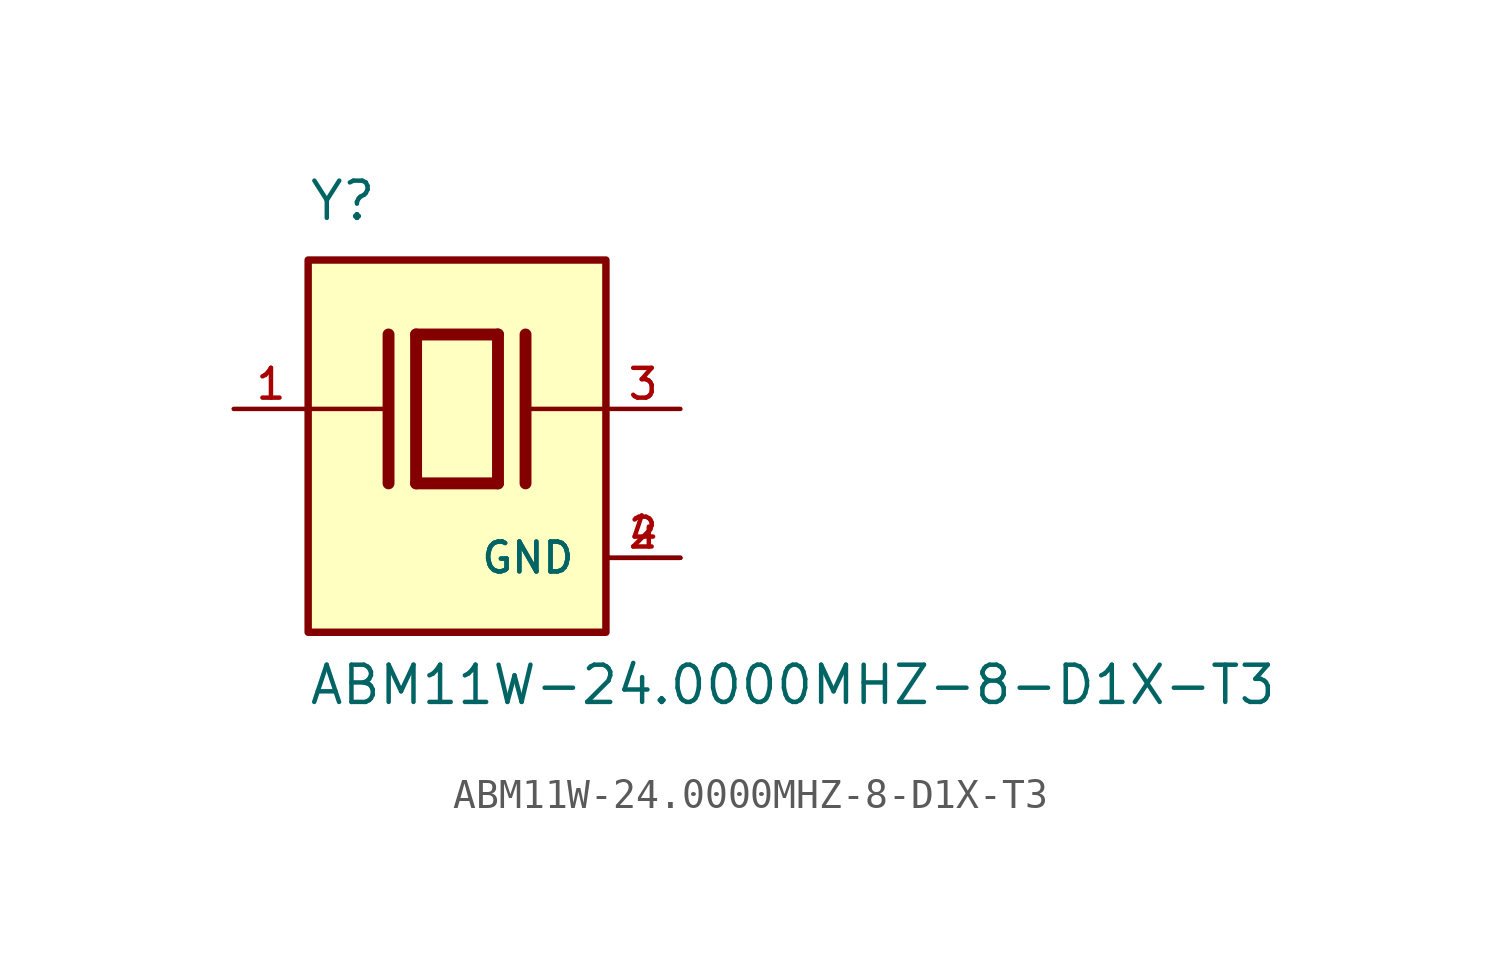
<source format=kicad_sym>
(kicad_symbol_lib
  (version 20211014)
  (generator kicad_symbol_editor)
  (symbol "ABM11W-24.0000MHZ-8-D1X-T3"
    (pin_names
      (offset 1.016))
    (property "Reference" "Y"
      (at -5.088 6.356 0)
      (effects (font (size 1.27 1.27)) (justify bottom left)))
    (property "Value" "ABM11W-24.0000MHZ-8-D1X-T3"
      (at -5.094 -10.16 0)
      (effects (font (size 1.27 1.27)) (justify bottom left)))
    (symbol "ABM11W-24.0000MHZ-8-D1X-T3_0_0"
      (polyline (pts (xy -1.397 2.54) (xy 1.397 2.54)) (stroke (width 0.406)))
      (polyline (pts (xy 1.397 2.54) (xy 1.397 -2.54)) (stroke (width 0.406)))
      (polyline (pts (xy 1.397 -2.54) (xy -1.397 -2.54)) (stroke (width 0.406)))
      (polyline (pts (xy -1.397 2.54) (xy -1.397 -2.54)) (stroke (width 0.406)))
      (polyline (pts (xy 2.337 2.54) (xy 2.337 -2.54)) (stroke (width 0.406)))
      (polyline (pts (xy -2.337 2.54) (xy -2.337 -2.54)) (stroke (width 0.406)))
      (polyline (pts (xy -5.08 0.0) (xy -2.54 0.0)) (stroke (width 0.152)))
      (polyline (pts (xy 2.54 0.0) (xy 5.08 0.0)) (stroke (width 0.152)))
      (rectangle (start -5.08 -7.62) (end 5.08 5.08) (stroke (width 0.254)) (fill (type background)))
      (pin passive line (at 7.62 0.0 180.0) (length 2.54) (name "~" (effects (font (size 1.016 1.016)))) (number "3" (effects (font (size 1.016 1.016)))))
      (pin passive line (at -7.62 0.0 0) (length 2.54) (name "~" (effects (font (size 1.016 1.016)))) (number "1" (effects (font (size 1.016 1.016)))))
      (pin power_in line (at 7.62 -5.08 180.0) (length 2.54) (name "GND" (effects (font (size 1.016 1.016)))) (number "2" (effects (font (size 1.016 1.016)))))
      (pin power_in line (at 7.62 -5.08 180.0) (length 2.54) (name "GND" (effects (font (size 1.016 1.016)))) (number "4" (effects (font (size 1.016 1.016))))))))
</source>
